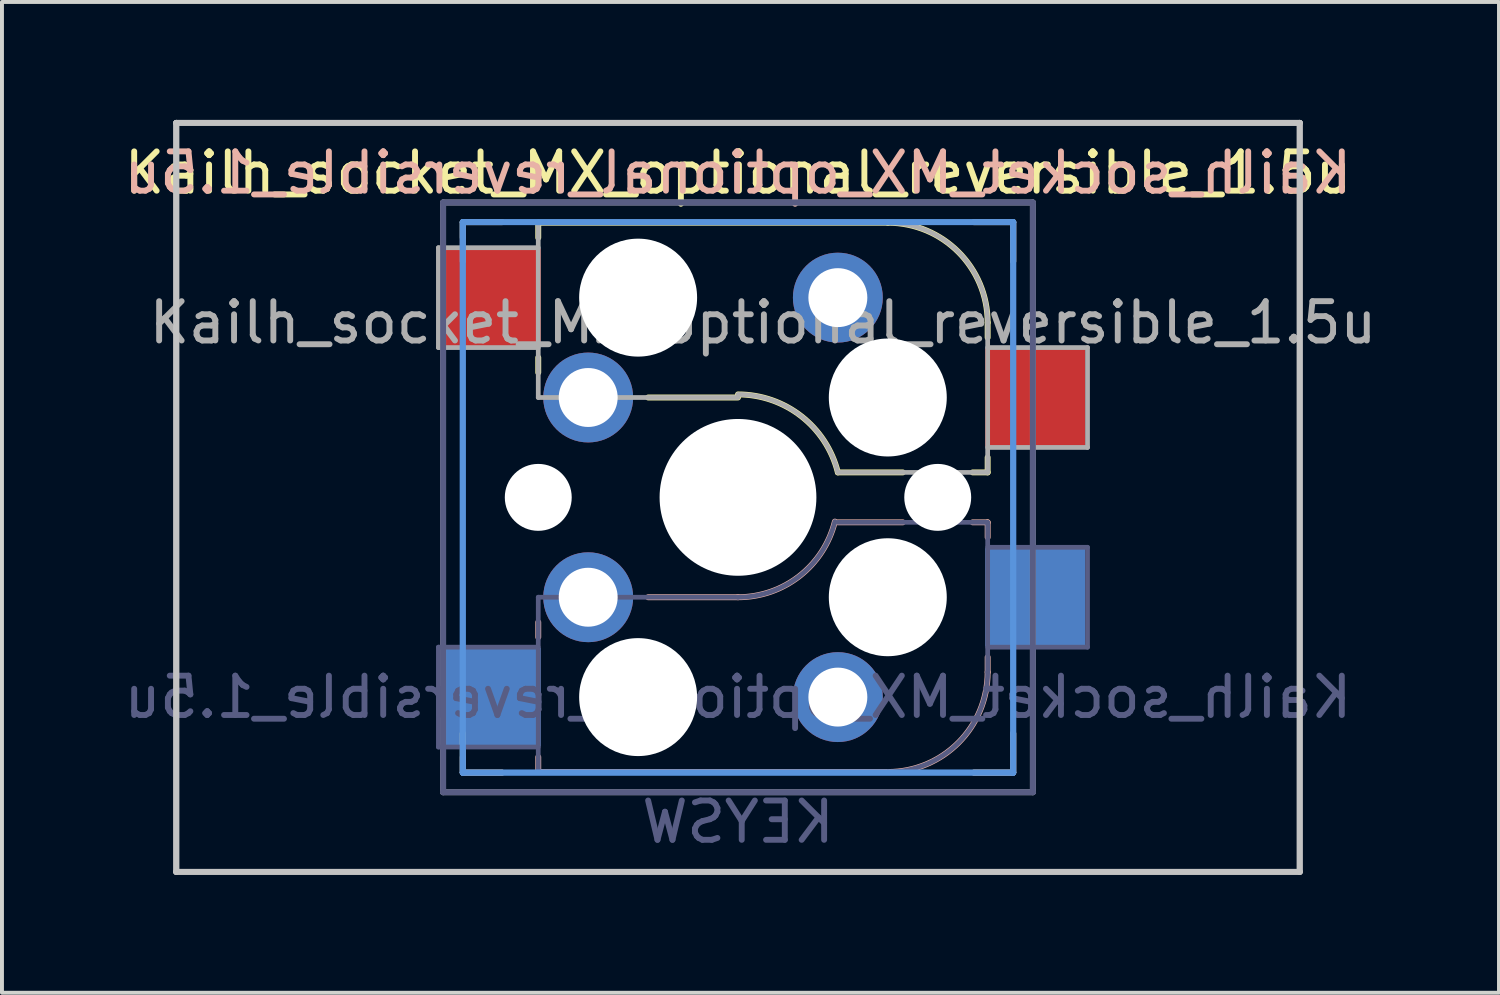
<source format=kicad_pcb>
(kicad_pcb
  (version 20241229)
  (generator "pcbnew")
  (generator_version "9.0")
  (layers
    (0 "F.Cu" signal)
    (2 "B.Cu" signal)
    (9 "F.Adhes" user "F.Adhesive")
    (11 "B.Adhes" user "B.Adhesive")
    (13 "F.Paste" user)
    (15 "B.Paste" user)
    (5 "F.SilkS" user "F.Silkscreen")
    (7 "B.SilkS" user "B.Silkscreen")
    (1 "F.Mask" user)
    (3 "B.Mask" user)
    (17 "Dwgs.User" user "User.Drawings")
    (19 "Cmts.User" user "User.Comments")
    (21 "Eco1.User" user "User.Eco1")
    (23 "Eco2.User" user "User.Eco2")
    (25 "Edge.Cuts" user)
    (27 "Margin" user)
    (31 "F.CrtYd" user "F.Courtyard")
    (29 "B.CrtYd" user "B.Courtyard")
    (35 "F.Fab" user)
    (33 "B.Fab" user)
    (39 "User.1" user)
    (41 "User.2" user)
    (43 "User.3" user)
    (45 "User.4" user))
  (footprint "Kailh_socket_MX_optional_reversible_1.5u"
    (layer "F.Cu")
    (at 15.72 9.6)
    (property "Reference" "Kailh_socket_MX_optional_reversible_1.5u" (at 0 -8.255 0) (layer "F.SilkS") (effects (font (size 1 1) (thickness 0.15))))
    (property "Value" "KEYSW" (at 0 8.255 0) (layer "F.Fab") (hide yes) (effects (font (size 1 1) (thickness 0.15))))
    (attr smd)
    (fp_line (start -7 -7) (end -6 -7) (stroke (width 0.15) (type solid)) (layer "F.SilkS"))
    (fp_line (start -7 -6.604) (end -7 -7) (stroke (width 0.15) (type solid)) (layer "F.SilkS"))
    (fp_line (start -7 7) (end -7 6) (stroke (width 0.15) (type solid)) (layer "F.SilkS"))
    (fp_line (start -6 7) (end -7 7) (stroke (width 0.15) (type solid)) (layer "F.SilkS"))
    (fp_line (start -5.08 -6.985) (end -5.08 -6.604) (stroke (width 0.15) (type solid)) (layer "F.SilkS"))
    (fp_line (start -5.08 -3.556) (end -5.08 -3.175) (stroke (width 0.15) (type solid)) (layer "F.SilkS"))
    (fp_line (start -2.286 -2.54) (end 0 -2.54) (stroke (width 0.15) (type solid)) (layer "F.SilkS"))
    (fp_line (start 2.54 -0.635) (end 4.191 -0.635) (stroke (width 0.15) (type solid)) (layer "F.SilkS"))
    (fp_line (start 3.81 -6.985) (end -5.08 -6.985) (stroke (width 0.15) (type solid)) (layer "F.SilkS"))
    (fp_line (start 5.969 -0.635) (end 6.35 -0.635) (stroke (width 0.15) (type solid)) (layer "F.SilkS"))
    (fp_line (start 6 -7) (end 7 -7) (stroke (width 0.15) (type solid)) (layer "F.SilkS"))
    (fp_line (start 6.35 -4.445) (end 6.35 -4.064) (stroke (width 0.15) (type solid)) (layer "F.SilkS"))
    (fp_line (start 6.35 -0.635) (end 6.35 -1.016) (stroke (width 0.15) (type solid)) (layer "F.SilkS"))
    (fp_line (start 7 -7) (end 7 -6) (stroke (width 0.15) (type solid)) (layer "F.SilkS"))
    (fp_line (start 7 6) (end 7 7) (stroke (width 0.15) (type solid)) (layer "F.SilkS"))
    (fp_line (start 7 7) (end 6 7) (stroke (width 0.15) (type solid)) (layer "F.SilkS"))
    (fp_arc (start 0.000001 -2.618171) (mid 1.611255 -2.063656) (end 2.539999 -0.634999) (stroke (width 0.15) (type solid)) (layer "F.SilkS"))
    (fp_arc (start 3.81 -6.985) (mid 5.606051 -6.241051) (end 6.35 -4.445) (stroke (width 0.15) (type solid)) (layer "F.SilkS"))
    (fp_line (start -7 -7) (end -6 -7) (stroke (width 0.15) (type solid)) (layer "B.SilkS"))
    (fp_line (start -7 -6) (end -7 -7) (stroke (width 0.15) (type solid)) (layer "B.SilkS"))
    (fp_line (start -7 7) (end -7 6.604) (stroke (width 0.15) (type solid)) (layer "B.SilkS"))
    (fp_line (start -6 7) (end -7 7) (stroke (width 0.15) (type solid)) (layer "B.SilkS"))
    (fp_line (start -5.08 3.175) (end -5.08 3.556) (stroke (width 0.15) (type solid)) (layer "B.SilkS"))
    (fp_line (start -5.08 6.604) (end -5.08 6.985) (stroke (width 0.15) (type solid)) (layer "B.SilkS"))
    (fp_line (start -5.08 6.985) (end 3.81 6.985) (stroke (width 0.15) (type solid)) (layer "B.SilkS"))
    (fp_line (start 0 2.54) (end -2.286 2.54) (stroke (width 0.15) (type solid)) (layer "B.SilkS"))
    (fp_line (start 4.191 0.635) (end 2.54 0.635) (stroke (width 0.15) (type solid)) (layer "B.SilkS"))
    (fp_line (start 6 -7) (end 7 -7) (stroke (width 0.15) (type solid)) (layer "B.SilkS"))
    (fp_line (start 6.35 0.635) (end 5.969 0.635) (stroke (width 0.15) (type solid)) (layer "B.SilkS"))
    (fp_line (start 6.35 1.016) (end 6.35 0.635) (stroke (width 0.15) (type solid)) (layer "B.SilkS"))
    (fp_line (start 6.35 4.445) (end 6.35 4.064) (stroke (width 0.15) (type solid)) (layer "B.SilkS"))
    (fp_line (start 7 -7) (end 7 -6) (stroke (width 0.15) (type solid)) (layer "B.SilkS"))
    (fp_line (start 7 6) (end 7 7) (stroke (width 0.15) (type solid)) (layer "B.SilkS"))
    (fp_line (start 7 7) (end 6 7) (stroke (width 0.15) (type solid)) (layer "B.SilkS"))
    (fp_arc (start 2.464162 0.61604) (mid 1.563147 2.002042) (end 0 2.54) (stroke (width 0.15) (type solid)) (layer "B.SilkS"))
    (fp_arc (start 6.35 4.445) (mid 5.606051 6.241051) (end 3.81 6.985) (stroke (width 0.15) (type solid)) (layer "B.SilkS"))
    (fp_line (start -14.287 -9.525) (end -14.287 -9.525) (stroke (width 0.15) (type solid)) (layer "Dwgs.User"))
    (fp_line (start -14.287 -9.525) (end -14.287 -9.525) (stroke (width 0.15) (type solid)) (layer "Dwgs.User"))
    (fp_line (start -14.287 -9.525) (end -14.287 9.525) (stroke (width 0.15) (type solid)) (layer "Dwgs.User"))
    (fp_line (start -14.287 -9.525) (end 14.287 -9.525) (stroke (width 0.15) (type solid)) (layer "Dwgs.User"))
    (fp_line (start -14.287 9.525) (end -14.287 -9.525) (stroke (width 0.15) (type solid)) (layer "Dwgs.User"))
    (fp_line (start -14.287 9.525) (end -14.287 9.525) (stroke (width 0.15) (type solid)) (layer "Dwgs.User"))
    (fp_line (start -14.287 9.525) (end -14.287 9.525) (stroke (width 0.15) (type solid)) (layer "Dwgs.User"))
    (fp_line (start -14.287 9.525) (end 14.287 9.525) (stroke (width 0.15) (type solid)) (layer "Dwgs.User"))
    (fp_line (start 14.287 -9.525) (end -14.287 -9.525) (stroke (width 0.15) (type solid)) (layer "Dwgs.User"))
    (fp_line (start 14.287 -9.525) (end 14.287 -9.525) (stroke (width 0.15) (type solid)) (layer "Dwgs.User"))
    (fp_line (start 14.287 -9.525) (end 14.287 -9.525) (stroke (width 0.15) (type solid)) (layer "Dwgs.User"))
    (fp_line (start 14.287 -9.525) (end 14.287 9.525) (stroke (width 0.15) (type solid)) (layer "Dwgs.User"))
    (fp_line (start 14.287 9.525) (end -14.287 9.525) (stroke (width 0.15) (type solid)) (layer "Dwgs.User"))
    (fp_line (start 14.287 9.525) (end 14.287 -9.525) (stroke (width 0.15) (type solid)) (layer "Dwgs.User"))
    (fp_line (start 14.287 9.525) (end 14.287 9.525) (stroke (width 0.15) (type solid)) (layer "Dwgs.User"))
    (fp_line (start 14.287 9.525) (end 14.287 9.525) (stroke (width 0.15) (type solid)) (layer "Dwgs.User"))
    (fp_line (start -7 -7) (end -7 7) (stroke (width 0.15) (type solid)) (layer "Cmts.User"))
    (fp_line (start -7 -7) (end 7 -7) (stroke (width 0.15) (type solid)) (layer "Cmts.User"))
    (fp_line (start -7 7) (end -7 -7) (stroke (width 0.15) (type solid)) (layer "Cmts.User"))
    (fp_line (start -7 7) (end -7 7) (stroke (width 0.15) (type solid)) (layer "Cmts.User"))
    (fp_line (start -7 7) (end -7 7) (stroke (width 0.15) (type solid)) (layer "Cmts.User"))
    (fp_line (start -7 7) (end 7 7) (stroke (width 0.15) (type solid)) (layer "Cmts.User"))
    (fp_line (start 7 -7) (end -7 -7) (stroke (width 0.15) (type solid)) (layer "Cmts.User"))
    (fp_line (start 7 -7) (end 7 -7) (stroke (width 0.15) (type solid)) (layer "Cmts.User"))
    (fp_line (start 7 -7) (end 7 -7) (stroke (width 0.15) (type solid)) (layer "Cmts.User"))
    (fp_line (start 7 -7) (end 7 7) (stroke (width 0.15) (type solid)) (layer "Cmts.User"))
    (fp_line (start 7 7) (end -7 7) (stroke (width 0.15) (type solid)) (layer "Cmts.User"))
    (fp_line (start 7 7) (end 7 -7) (stroke (width 0.15) (type solid)) (layer "Cmts.User"))
    (fp_line (start 7 7) (end 7 7) (stroke (width 0.15) (type solid)) (layer "Cmts.User"))
    (fp_line (start 7 7) (end 7 7) (stroke (width 0.15) (type solid)) (layer "Cmts.User"))
    (fp_line (start -6.9 6.9) (end -6.9 -6.9) (stroke (width 0.15) (type solid)) (layer "Eco2.User"))
    (fp_line (start -6.9 6.9) (end 6.9 6.9) (stroke (width 0.15) (type solid)) (layer "Eco2.User"))
    (fp_line (start 6.9 -6.9) (end -6.9 -6.9) (stroke (width 0.15) (type solid)) (layer "Eco2.User"))
    (fp_line (start 6.9 -6.9) (end 6.9 6.9) (stroke (width 0.15) (type solid)) (layer "Eco2.User"))
    (fp_line (start -7.62 3.81) (end -7.62 6.35) (stroke (width 0.12) (type solid)) (layer "B.Fab"))
    (fp_line (start -7.62 6.35) (end -5.08 6.35) (stroke (width 0.12) (type solid)) (layer "B.Fab"))
    (fp_line (start -7.5 -7.5) (end 7.5 -7.5) (stroke (width 0.15) (type solid)) (layer "B.Fab"))
    (fp_line (start -7.5 7.5) (end -7.5 -7.5) (stroke (width 0.15) (type solid)) (layer "B.Fab"))
    (fp_line (start -5.08 2.54) (end -5.08 6.985) (stroke (width 0.12) (type solid)) (layer "B.Fab"))
    (fp_line (start -5.08 3.81) (end -7.62 3.81) (stroke (width 0.12) (type solid)) (layer "B.Fab"))
    (fp_line (start -5.08 6.985) (end 3.81 6.985) (stroke (width 0.12) (type solid)) (layer "B.Fab"))
    (fp_line (start 0 2.54) (end -5.08 2.54) (stroke (width 0.12) (type solid)) (layer "B.Fab"))
    (fp_line (start 6.35 0.635) (end 2.54 0.635) (stroke (width 0.12) (type solid)) (layer "B.Fab"))
    (fp_line (start 6.35 3.81) (end 8.89 3.81) (stroke (width 0.12) (type solid)) (layer "B.Fab"))
    (fp_line (start 6.35 4.445) (end 6.35 0.635) (stroke (width 0.12) (type solid)) (layer "B.Fab"))
    (fp_line (start 7.5 -7.5) (end 7.5 7.5) (stroke (width 0.15) (type solid)) (layer "B.Fab"))
    (fp_line (start 7.5 7.5) (end -7.5 7.5) (stroke (width 0.15) (type solid)) (layer "B.Fab"))
    (fp_line (start 8.89 1.27) (end 6.35 1.27) (stroke (width 0.12) (type solid)) (layer "B.Fab"))
    (fp_line (start 8.89 3.81) (end 8.89 1.27) (stroke (width 0.12) (type solid)) (layer "B.Fab"))
    (fp_arc (start 2.464162 0.61604) (mid 1.563147 2.002042) (end 0 2.54) (stroke (width 0.12) (type solid)) (layer "B.Fab"))
    (fp_arc (start 6.35 4.445) (mid 5.606051 6.241051) (end 3.81 6.985) (stroke (width 0.12) (type solid)) (layer "B.Fab"))
    (fp_line (start -7.62 -6.35) (end -7.62 -3.81) (stroke (width 0.12) (type solid)) (layer "F.Fab"))
    (fp_line (start -7.62 -3.81) (end -5.08 -3.81) (stroke (width 0.12) (type solid)) (layer "F.Fab"))
    (fp_line (start -7.5 -7.5) (end 7.5 -7.5) (stroke (width 0.15) (type solid)) (layer "F.Fab"))
    (fp_line (start -7.5 7.5) (end -7.5 -7.5) (stroke (width 0.15) (type solid)) (layer "F.Fab"))
    (fp_line (start -5.08 -6.985) (end -5.08 -2.54) (stroke (width 0.12) (type solid)) (layer "F.Fab"))
    (fp_line (start -5.08 -6.35) (end -7.62 -6.35) (stroke (width 0.12) (type solid)) (layer "F.Fab"))
    (fp_line (start -5.08 -2.54) (end 0 -2.54) (stroke (width 0.12) (type solid)) (layer "F.Fab"))
    (fp_line (start 2.54 -0.635) (end 6.35 -0.635) (stroke (width 0.12) (type solid)) (layer "F.Fab"))
    (fp_line (start 3.81 -6.985) (end -5.08 -6.985) (stroke (width 0.12) (type solid)) (layer "F.Fab"))
    (fp_line (start 6.35 -1.27) (end 8.89 -1.27) (stroke (width 0.12) (type solid)) (layer "F.Fab"))
    (fp_line (start 6.35 -0.635) (end 6.35 -4.445) (stroke (width 0.12) (type solid)) (layer "F.Fab"))
    (fp_line (start 7.5 -7.5) (end 7.5 7.5) (stroke (width 0.15) (type solid)) (layer "F.Fab"))
    (fp_line (start 7.5 7.5) (end -7.5 7.5) (stroke (width 0.15) (type solid)) (layer "F.Fab"))
    (fp_line (start 8.89 -3.81) (end 6.35 -3.81) (stroke (width 0.12) (type solid)) (layer "F.Fab"))
    (fp_line (start 8.89 -1.27) (end 8.89 -3.81) (stroke (width 0.12) (type solid)) (layer "F.Fab"))
    (fp_arc (start 0.000001 -2.618171) (mid 1.611255 -2.063656) (end 2.539999 -0.634999) (stroke (width 0.12) (type solid)) (layer "F.Fab"))
    (fp_arc (start 3.81 -6.985) (mid 5.606051 -6.241051) (end 6.35 -4.445) (stroke (width 0.12) (type solid)) (layer "F.Fab"))
    (fp_poly (pts (xy 7.144 7.144) (xy -7.144 7.144) (xy -7.144 -7.144) (xy 7.144 -7.144)) (stroke (width 0.12) (type solid)) (fill no) (layer "User.2"))
    (fp_poly (pts (xy 2.381 8.334) (xy -2.381 8.334) (xy -2.381 -8.334) (xy 2.381 -8.334)) (stroke (width 0.12) (type solid)) (fill no) (layer "User.3"))
    (fp_text user "${REFERENCE}" (at 0 -8.255 0) (layer "B.SilkS") (effects (font (size 1 1) (thickness 0.15)) (justify mirror)))
    (fp_text user "${REFERENCE}" (at 0 5.08 0) (layer "B.Fab") (effects (font (size 1 1) (thickness 0.15)) (justify mirror)))
    (fp_text user "${VALUE}" (at 0 8.255 0) (layer "B.Fab") (effects (font (size 1 1) (thickness 0.15)) (justify mirror)))
    (fp_text user "${REFERENCE}" (at 0.635 -4.445 0) (layer "F.Fab") (effects (font (size 1 1) (thickness 0.15))))
    (pad "" np_thru_hole circle (at -5.08 0) (size 1.702 1.702) (drill 1.702) (layers "*.Cu" "*.Mask"))
    (pad "" np_thru_hole circle (at -2.54 -5.08) (size 3 3) (drill 3) (layers "*.Cu" "*.Mask"))
    (pad "" np_thru_hole circle (at -2.54 5.08) (size 3 3) (drill 3) (layers "*.Cu" "*.Mask"))
    (pad "" np_thru_hole circle (at 0 0) (size 3.988 3.988) (drill 3.988) (layers "*.Cu" "*.Mask"))
    (pad "" np_thru_hole circle (at 3.81 -2.54) (size 3 3) (drill 3) (layers "*.Cu" "*.Mask"))
    (pad "" np_thru_hole circle (at 3.81 2.54) (size 3 3) (drill 3) (layers "*.Cu" "*.Mask"))
    (pad "" np_thru_hole circle (at 5.08 0) (size 1.702 1.702) (drill 1.702) (layers "*.Cu" "*.Mask"))
    (pad "1" smd rect (at -6.29 -5.08) (size 2.55 2.5) (layers "F.Cu" "F.Mask" "F.Paste"))
    (pad "1" smd rect (at -6.29 5.08) (size 2.55 2.5) (layers "B.Cu" "B.Mask" "B.Paste"))
    (pad "1" thru_hole circle (at -3.81 -2.54) (size 2.286 2.286) (drill 1.499) (layers "*.Cu" "*.Mask"))
    (pad "1" thru_hole circle (at -3.81 2.54) (size 2.286 2.286) (drill 1.499) (layers "*.Cu" "*.Mask"))
    (pad "2" thru_hole circle (at 2.54 -5.08) (size 2.286 2.286) (drill 1.499) (layers "*.Cu" "*.Mask"))
    (pad "2" thru_hole circle (at 2.54 5.08) (size 2.286 2.286) (drill 1.499) (layers "*.Cu" "*.Mask"))
    (pad "2" smd rect (at 7.56 -2.54) (size 2.55 2.5) (layers "F.Cu" "F.Mask" "F.Paste"))
    (pad "2" smd rect (at 7.56 2.54) (size 2.55 2.5) (layers "B.Cu" "B.Mask" "B.Paste")))
  (gr_rect
    (start -3 -3)
    (end 35.075 22.2)
    (stroke (width 0.1) (type default))
    (fill no)
    (layer "Edge.Cuts")))
</source>
